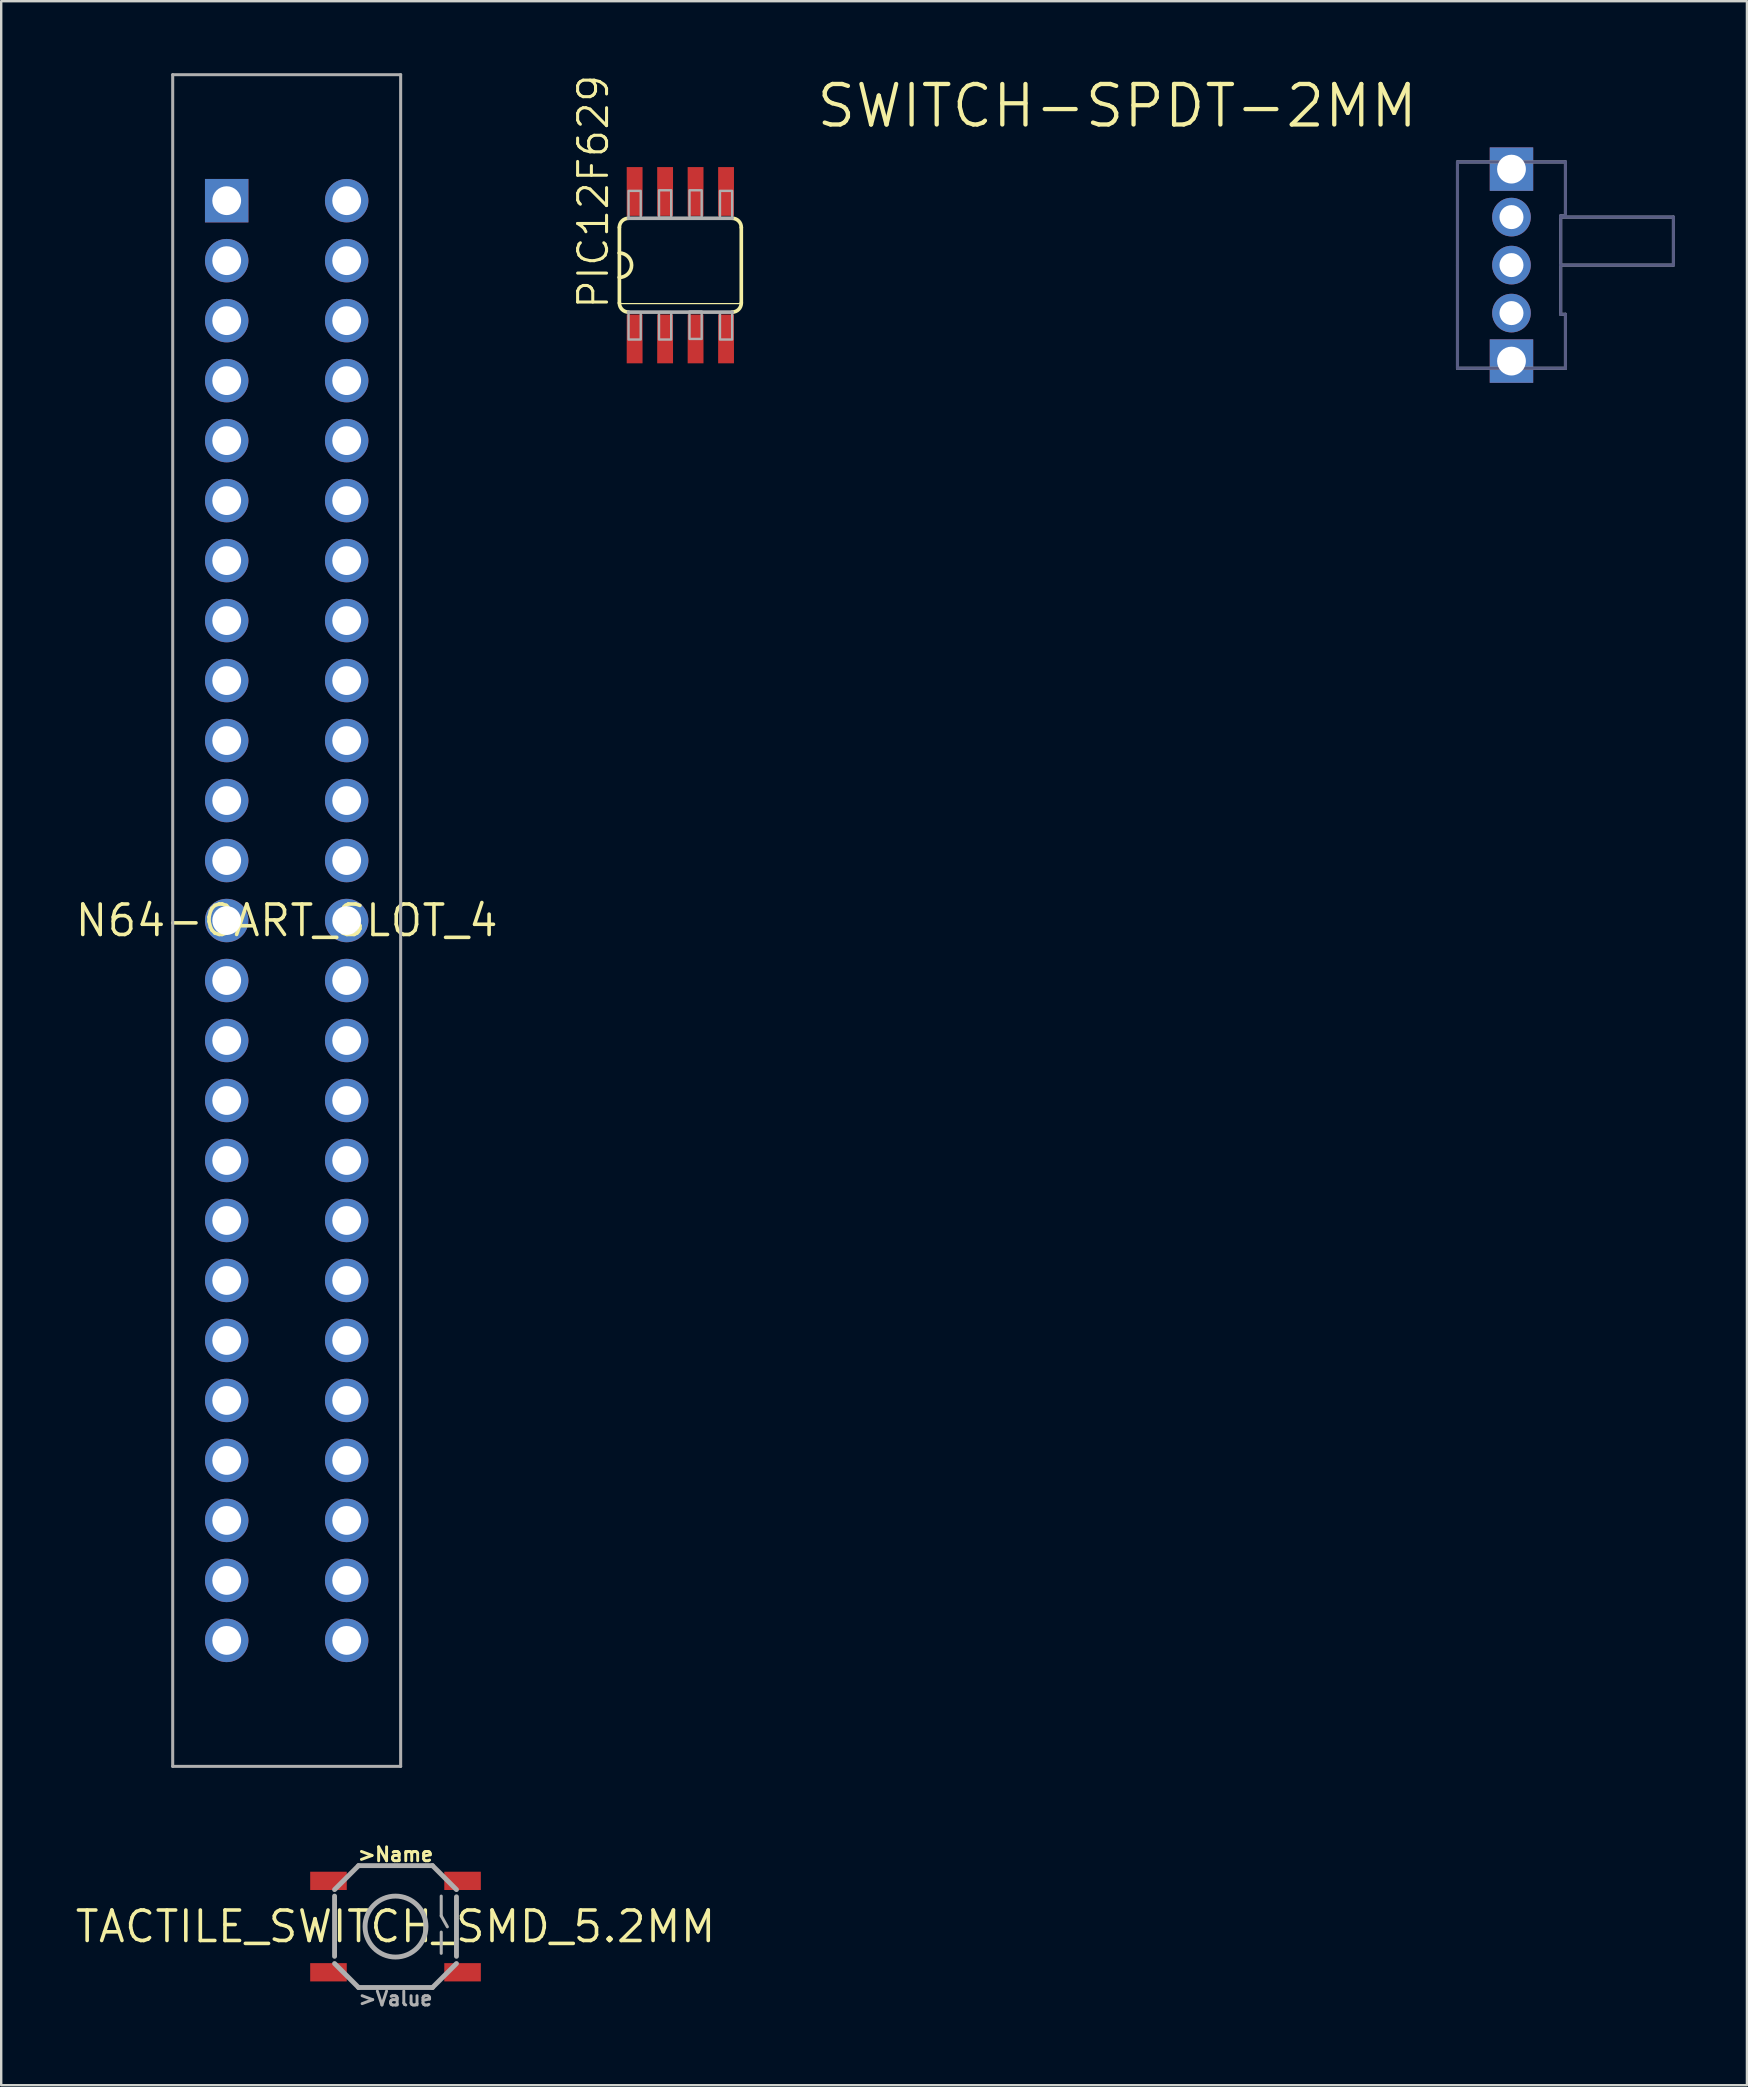
<source format=kicad_pcb>
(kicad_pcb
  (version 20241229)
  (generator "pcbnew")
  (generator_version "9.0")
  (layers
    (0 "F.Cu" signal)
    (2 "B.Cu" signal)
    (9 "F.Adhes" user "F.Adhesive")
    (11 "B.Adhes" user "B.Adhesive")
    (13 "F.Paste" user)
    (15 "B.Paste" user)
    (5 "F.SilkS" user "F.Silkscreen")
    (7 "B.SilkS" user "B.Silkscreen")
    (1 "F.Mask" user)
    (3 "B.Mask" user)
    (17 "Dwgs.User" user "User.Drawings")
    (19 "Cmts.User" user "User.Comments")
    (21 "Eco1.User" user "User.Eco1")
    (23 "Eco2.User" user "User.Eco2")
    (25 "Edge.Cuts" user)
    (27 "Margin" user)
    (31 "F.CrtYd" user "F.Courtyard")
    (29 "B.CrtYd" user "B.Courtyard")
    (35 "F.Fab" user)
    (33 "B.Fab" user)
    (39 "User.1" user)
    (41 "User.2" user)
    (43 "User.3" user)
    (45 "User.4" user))
  (footprint "N64-CART_SLOT_4"
    (layer "F.Cu")
    (at 8.897 35.313)
    (property "Reference" "N64-CART_SLOT_4" (at 0 0 0) (layer "F.SilkS") (effects (font (size 1.27 1.27) (thickness 0.15))))
    (attr through_hole)
    (fp_line (start -4.75 -35.25) (end -4.75 35.25) (stroke (width 0.127) (type solid)) (layer "F.Fab"))
    (fp_line (start -4.75 35.25) (end 4.75 35.25) (stroke (width 0.127) (type solid)) (layer "F.Fab"))
    (fp_line (start 4.75 -35.25) (end -4.75 -35.25) (stroke (width 0.127) (type solid)) (layer "F.Fab"))
    (fp_line (start 4.75 35.25) (end 4.75 -35.25) (stroke (width 0.127) (type solid)) (layer "F.Fab"))
    (pad "P1" thru_hole rect (at -2.5 -30) (size 1.81 1.81) (drill 1.2) (layers "*.Cu" "*.Mask"))
    (pad "P2" thru_hole circle (at -2.5 -27.5) (size 1.81 1.81) (drill 1.2) (layers "*.Cu" "*.Mask"))
    (pad "P3" thru_hole circle (at -2.5 -25) (size 1.81 1.81) (drill 1.2) (layers "*.Cu" "*.Mask"))
    (pad "P4" thru_hole circle (at -2.5 -22.5) (size 1.81 1.81) (drill 1.2) (layers "*.Cu" "*.Mask"))
    (pad "P5" thru_hole circle (at -2.5 -20) (size 1.81 1.81) (drill 1.2) (layers "*.Cu" "*.Mask"))
    (pad "P6" thru_hole circle (at -2.5 -17.5) (size 1.81 1.81) (drill 1.2) (layers "*.Cu" "*.Mask"))
    (pad "P7" thru_hole circle (at -2.5 -15) (size 1.81 1.81) (drill 1.2) (layers "*.Cu" "*.Mask"))
    (pad "P8" thru_hole circle (at -2.5 -12.5) (size 1.81 1.81) (drill 1.2) (layers "*.Cu" "*.Mask"))
    (pad "P9" thru_hole circle (at -2.5 -10) (size 1.81 1.81) (drill 1.2) (layers "*.Cu" "*.Mask"))
    (pad "P10" thru_hole circle (at -2.5 -7.5) (size 1.81 1.81) (drill 1.2) (layers "*.Cu" "*.Mask"))
    (pad "P11" thru_hole circle (at -2.5 -5) (size 1.81 1.81) (drill 1.2) (layers "*.Cu" "*.Mask"))
    (pad "P12" thru_hole circle (at -2.5 -2.5) (size 1.81 1.81) (drill 1.2) (layers "*.Cu" "*.Mask"))
    (pad "P13" thru_hole circle (at -2.5 0) (size 1.81 1.81) (drill 1.2) (layers "*.Cu" "*.Mask"))
    (pad "P14" thru_hole circle (at -2.5 2.5) (size 1.81 1.81) (drill 1.2) (layers "*.Cu" "*.Mask"))
    (pad "P15" thru_hole circle (at -2.5 5) (size 1.81 1.81) (drill 1.2) (layers "*.Cu" "*.Mask"))
    (pad "P16" thru_hole circle (at -2.5 7.5) (size 1.81 1.81) (drill 1.2) (layers "*.Cu" "*.Mask"))
    (pad "P17" thru_hole circle (at -2.5 10) (size 1.81 1.81) (drill 1.2) (layers "*.Cu" "*.Mask"))
    (pad "P18" thru_hole circle (at -2.5 12.5) (size 1.81 1.81) (drill 1.2) (layers "*.Cu" "*.Mask"))
    (pad "P19" thru_hole circle (at -2.5 15) (size 1.81 1.81) (drill 1.2) (layers "*.Cu" "*.Mask"))
    (pad "P20" thru_hole circle (at -2.5 17.5) (size 1.81 1.81) (drill 1.2) (layers "*.Cu" "*.Mask"))
    (pad "P21" thru_hole circle (at -2.5 20) (size 1.81 1.81) (drill 1.2) (layers "*.Cu" "*.Mask"))
    (pad "P22" thru_hole circle (at -2.5 22.5) (size 1.81 1.81) (drill 1.2) (layers "*.Cu" "*.Mask"))
    (pad "P23" thru_hole circle (at -2.5 25) (size 1.81 1.81) (drill 1.2) (layers "*.Cu" "*.Mask"))
    (pad "P24" thru_hole circle (at -2.5 27.5) (size 1.81 1.81) (drill 1.2) (layers "*.Cu" "*.Mask"))
    (pad "P25" thru_hole circle (at -2.5 30) (size 1.81 1.81) (drill 1.2) (layers "*.Cu" "*.Mask"))
    (pad "P26" thru_hole circle (at 2.5 -30) (size 1.81 1.81) (drill 1.2) (layers "*.Cu" "*.Mask"))
    (pad "P27" thru_hole circle (at 2.5 -27.5) (size 1.81 1.81) (drill 1.2) (layers "*.Cu" "*.Mask"))
    (pad "P28" thru_hole circle (at 2.5 -25) (size 1.81 1.81) (drill 1.2) (layers "*.Cu" "*.Mask"))
    (pad "P29" thru_hole circle (at 2.5 -22.5) (size 1.81 1.81) (drill 1.2) (layers "*.Cu" "*.Mask"))
    (pad "P30" thru_hole circle (at 2.5 -20) (size 1.81 1.81) (drill 1.2) (layers "*.Cu" "*.Mask"))
    (pad "P31" thru_hole circle (at 2.5 -17.5) (size 1.81 1.81) (drill 1.2) (layers "*.Cu" "*.Mask"))
    (pad "P32" thru_hole circle (at 2.5 -15) (size 1.81 1.81) (drill 1.2) (layers "*.Cu" "*.Mask"))
    (pad "P33" thru_hole circle (at 2.5 -12.5) (size 1.81 1.81) (drill 1.2) (layers "*.Cu" "*.Mask"))
    (pad "P34" thru_hole circle (at 2.5 -10) (size 1.81 1.81) (drill 1.2) (layers "*.Cu" "*.Mask"))
    (pad "P35" thru_hole circle (at 2.5 -7.5) (size 1.81 1.81) (drill 1.2) (layers "*.Cu" "*.Mask"))
    (pad "P36" thru_hole circle (at 2.5 -5) (size 1.81 1.81) (drill 1.2) (layers "*.Cu" "*.Mask"))
    (pad "P37" thru_hole circle (at 2.5 -2.5) (size 1.81 1.81) (drill 1.2) (layers "*.Cu" "*.Mask"))
    (pad "P38" thru_hole circle (at 2.5 0) (size 1.81 1.81) (drill 1.2) (layers "*.Cu" "*.Mask"))
    (pad "P39" thru_hole circle (at 2.5 2.5) (size 1.81 1.81) (drill 1.2) (layers "*.Cu" "*.Mask"))
    (pad "P40" thru_hole circle (at 2.5 5) (size 1.81 1.81) (drill 1.2) (layers "*.Cu" "*.Mask"))
    (pad "P41" thru_hole circle (at 2.5 7.5) (size 1.81 1.81) (drill 1.2) (layers "*.Cu" "*.Mask"))
    (pad "P42" thru_hole circle (at 2.5 10) (size 1.81 1.81) (drill 1.2) (layers "*.Cu" "*.Mask"))
    (pad "P43" thru_hole circle (at 2.5 12.5) (size 1.81 1.81) (drill 1.2) (layers "*.Cu" "*.Mask"))
    (pad "P44" thru_hole circle (at 2.5 15) (size 1.81 1.81) (drill 1.2) (layers "*.Cu" "*.Mask"))
    (pad "P45" thru_hole circle (at 2.5 17.5) (size 1.81 1.81) (drill 1.2) (layers "*.Cu" "*.Mask"))
    (pad "P46" thru_hole circle (at 2.5 20) (size 1.81 1.81) (drill 1.2) (layers "*.Cu" "*.Mask"))
    (pad "P47" thru_hole circle (at 2.5 22.5) (size 1.81 1.81) (drill 1.2) (layers "*.Cu" "*.Mask"))
    (pad "P48" thru_hole circle (at 2.5 25) (size 1.81 1.81) (drill 1.2) (layers "*.Cu" "*.Mask"))
    (pad "P49" thru_hole circle (at 2.5 27.5) (size 1.81 1.81) (drill 1.2) (layers "*.Cu" "*.Mask"))
    (pad "P50" thru_hole circle (at 2.5 30) (size 1.81 1.81) (drill 1.2) (layers "*.Cu" "*.Mask")))
  (footprint "SWITCH-SPDT-2MM"
    (layer "F.Cu")
    (at 59.94 7.998)
    (property "Reference" "SWITCH-SPDT-2MM" (at -3.81 -7.62 0) (layer "F.SilkS") (effects (font (size 1.689 1.689) (thickness 0.178)) (justify right top)))
    (attr through_hole)
    (fp_line (start -2.25 -4.3) (end 2.25 -4.3) (stroke (width 0.127) (type solid)) (layer "B.Fab"))
    (fp_line (start -2.25 0) (end -2.25 -4.3) (stroke (width 0.127) (type solid)) (layer "B.Fab"))
    (fp_line (start -2.25 4.3) (end -2.25 0) (stroke (width 0.127) (type solid)) (layer "B.Fab"))
    (fp_line (start 2.05 -2.05) (end 2.05 -2) (stroke (width 0.127) (type solid)) (layer "B.Fab"))
    (fp_line (start 2.05 -2) (end 2.05 0) (stroke (width 0.127) (type solid)) (layer "B.Fab"))
    (fp_line (start 2.05 -2) (end 6.75 -2) (stroke (width 0.127) (type solid)) (layer "B.Fab"))
    (fp_line (start 2.05 0) (end 2.05 2.05) (stroke (width 0.127) (type solid)) (layer "B.Fab"))
    (fp_line (start 2.05 2.05) (end 2.25 2.05) (stroke (width 0.127) (type solid)) (layer "B.Fab"))
    (fp_line (start 2.25 -4.3) (end 2.25 -2.25) (stroke (width 0.127) (type solid)) (layer "B.Fab"))
    (fp_line (start 2.25 -2.25) (end 2.25 -2.05) (stroke (width 0.127) (type solid)) (layer "B.Fab"))
    (fp_line (start 2.25 -2.05) (end 2.05 -2.05) (stroke (width 0.127) (type solid)) (layer "B.Fab"))
    (fp_line (start 2.25 2.05) (end 2.25 4.3) (stroke (width 0.127) (type solid)) (layer "B.Fab"))
    (fp_line (start 2.25 4.3) (end -2.25 4.3) (stroke (width 0.127) (type solid)) (layer "B.Fab"))
    (fp_line (start 6.75 -2) (end 6.75 0) (stroke (width 0.127) (type solid)) (layer "B.Fab"))
    (fp_line (start 6.75 0) (end 2.05 0) (stroke (width 0.127) (type solid)) (layer "B.Fab"))
    (fp_line (start -2.25 -4.3) (end 2.25 -4.3) (stroke (width 0.127) (type solid)) (layer "F.Fab"))
    (fp_line (start -2.25 0) (end -2.25 -4.3) (stroke (width 0.127) (type solid)) (layer "F.Fab"))
    (fp_line (start -2.25 4.3) (end -2.25 0) (stroke (width 0.127) (type solid)) (layer "F.Fab"))
    (fp_line (start 2.05 -2.05) (end 2.05 -2) (stroke (width 0.127) (type solid)) (layer "F.Fab"))
    (fp_line (start 2.05 -2) (end 2.05 0) (stroke (width 0.127) (type solid)) (layer "F.Fab"))
    (fp_line (start 2.05 -2) (end 6.75 -2) (stroke (width 0.127) (type solid)) (layer "F.Fab"))
    (fp_line (start 2.05 0) (end 2.05 2.05) (stroke (width 0.127) (type solid)) (layer "F.Fab"))
    (fp_line (start 2.05 2.05) (end 2.25 2.05) (stroke (width 0.127) (type solid)) (layer "F.Fab"))
    (fp_line (start 2.25 -4.3) (end 2.25 -2.25) (stroke (width 0.127) (type solid)) (layer "F.Fab"))
    (fp_line (start 2.25 -2.25) (end 2.25 -2.05) (stroke (width 0.127) (type solid)) (layer "F.Fab"))
    (fp_line (start 2.25 -2.05) (end 2.05 -2.05) (stroke (width 0.127) (type solid)) (layer "F.Fab"))
    (fp_line (start 2.25 2.05) (end 2.25 4.3) (stroke (width 0.127) (type solid)) (layer "F.Fab"))
    (fp_line (start 2.25 4.3) (end -2.25 4.3) (stroke (width 0.127) (type solid)) (layer "F.Fab"))
    (fp_line (start 6.75 -2) (end 6.75 0) (stroke (width 0.127) (type solid)) (layer "F.Fab"))
    (fp_line (start 6.75 0) (end 2.05 0) (stroke (width 0.127) (type solid)) (layer "F.Fab"))
    (pad "1" thru_hole circle (at 0 -2) (size 1.61 1.61) (drill 1) (layers "*.Cu" "*.Mask"))
    (pad "2" thru_hole circle (at 0 0) (size 1.61 1.61) (drill 1) (layers "*.Cu" "*.Mask"))
    (pad "3" thru_hole circle (at 0 2) (size 1.61 1.61) (drill 1) (layers "*.Cu" "*.Mask"))
    (pad "P$1" thru_hole rect (at 0 -4) (size 1.81 1.81) (drill 1.2) (layers "*.Cu" "*.Mask"))
    (pad "P$2" thru_hole rect (at 0 4) (size 1.81 1.81) (drill 1.2) (layers "*.Cu" "*.Mask")))
  (footprint "PIC12F629"
    (layer "F.Cu")
    (at 25.303 8.002)
    (property "Reference" "PIC12F629" (at -2.921 1.905 90) (layer "F.SilkS") (effects (font (size 1.206 1.206) (thickness 0.127)) (justify left bottom)))
    (attr through_hole)
    (fp_line (start -2.54 -1.575) (end -2.54 -0.508) (stroke (width 0.152) (type solid)) (layer "F.SilkS"))
    (fp_line (start -2.54 -0.508) (end -2.54 0.508) (stroke (width 0.152) (type solid)) (layer "F.SilkS"))
    (fp_line (start -2.54 0.508) (end -2.54 1.575) (stroke (width 0.152) (type solid)) (layer "F.SilkS"))
    (fp_line (start -2.54 1.6) (end 2.54 1.6) (stroke (width 0.051) (type solid)) (layer "F.SilkS"))
    (fp_line (start 2.54 1.575) (end 2.54 -1.575) (stroke (width 0.152) (type solid)) (layer "F.SilkS"))
    (fp_arc (start -2.54 -1.5748) (mid -2.428408 -1.844208) (end -2.159 -1.9558) (stroke (width 0.1524) (type solid)) (layer "F.SilkS"))
    (fp_arc (start -2.54 -0.508) (mid -2.032 0) (end -2.54 0.508) (stroke (width 0.1524) (type solid)) (layer "F.SilkS"))
    (fp_arc (start -2.159 1.9558) (mid -2.428408 1.844208) (end -2.54 1.5748) (stroke (width 0.1524) (type solid)) (layer "F.SilkS"))
    (fp_arc (start 2.159 -1.9558) (mid 2.428408 -1.844208) (end 2.54 -1.5748) (stroke (width 0.1524) (type solid)) (layer "F.SilkS"))
    (fp_arc (start 2.54 1.5748) (mid 2.428408 1.844208) (end 2.159 1.9558) (stroke (width 0.1524) (type solid)) (layer "F.SilkS"))
    (fp_line (start -2.159 1.956) (end 2.159 1.956) (stroke (width 0.152) (type solid)) (layer "F.Fab"))
    (fp_line (start 2.159 -1.956) (end -2.159 -1.956) (stroke (width 0.152) (type solid)) (layer "F.Fab"))
    (fp_poly (pts (xy -2.159 -1.956) (xy -1.651 -1.956) (xy -1.651 -3.099) (xy -2.159 -3.099)) (stroke (width 0.1) (type solid)) (fill no) (layer "F.Fab"))
    (fp_poly (pts (xy -2.159 3.099) (xy -1.651 3.099) (xy -1.651 1.956) (xy -2.159 1.956)) (stroke (width 0.1) (type solid)) (fill no) (layer "F.Fab"))
    (fp_poly (pts (xy -0.889 -1.981) (xy -0.381 -1.981) (xy -0.381 -3.124) (xy -0.889 -3.124)) (stroke (width 0.1) (type solid)) (fill no) (layer "F.Fab"))
    (fp_poly (pts (xy -0.889 3.099) (xy -0.381 3.099) (xy -0.381 1.956) (xy -0.889 1.956)) (stroke (width 0.1) (type solid)) (fill no) (layer "F.Fab"))
    (fp_poly (pts (xy 0.381 -1.981) (xy 0.889 -1.981) (xy 0.889 -3.124) (xy 0.381 -3.124)) (stroke (width 0.1) (type solid)) (fill no) (layer "F.Fab"))
    (fp_poly (pts (xy 0.381 3.073) (xy 0.889 3.073) (xy 0.889 1.93) (xy 0.381 1.93)) (stroke (width 0.1) (type solid)) (fill no) (layer "F.Fab"))
    (fp_poly (pts (xy 1.651 3.099) (xy 2.159 3.099) (xy 2.159 1.956) (xy 1.651 1.956)) (stroke (width 0.1) (type solid)) (fill no) (layer "F.Fab"))
    (fp_poly (pts (xy 2.159 -3.099) (xy 1.651 -3.099) (xy 1.651 -1.956) (xy 2.159 -1.956)) (stroke (width 0.1) (type solid)) (fill no) (layer "F.Fab"))
    (pad "1" smd rect (at -1.905 3.073) (size 0.66 2.032) (layers "F.Cu" "F.Mask" "F.Paste"))
    (pad "2" smd rect (at -0.635 3.073) (size 0.66 2.032) (layers "F.Cu" "F.Mask" "F.Paste"))
    (pad "3" smd rect (at 0.635 3.073) (size 0.66 2.032) (layers "F.Cu" "F.Mask" "F.Paste"))
    (pad "4" smd rect (at 1.905 3.073) (size 0.66 2.032) (layers "F.Cu" "F.Mask" "F.Paste"))
    (pad "5" smd rect (at 1.905 -3.073 180) (size 0.66 2.032) (layers "F.Cu" "F.Mask" "F.Paste"))
    (pad "6" smd rect (at 0.635 -3.073 180) (size 0.66 2.032) (layers "F.Cu" "F.Mask" "F.Paste"))
    (pad "7" smd rect (at -0.635 -3.073 180) (size 0.66 2.032) (layers "F.Cu" "F.Mask" "F.Paste"))
    (pad "8" smd rect (at -1.905 -3.073) (size 0.66 2.032) (layers "F.Cu" "F.Mask" "F.Paste")))
  (footprint "TACTILE_SWITCH_SMD_5.2MM"
    (layer "F.Cu")
    (at 13.433 77.239)
    (property "Reference" "TACTILE_SWITCH_SMD_5.2MM" (at 0 0 0) (layer "F.SilkS") (effects (font (size 1.27 1.27) (thickness 0.15))))
    (attr through_hole)
    (fp_line (start -2.54 -1.54) (end -1.54 -2.54) (stroke (width 0.203) (type solid)) (layer "F.Fab"))
    (fp_line (start -2.54 1.24) (end -2.54 -1.27) (stroke (width 0.203) (type solid)) (layer "F.Fab"))
    (fp_line (start -1.54 -2.54) (end 1.54 -2.54) (stroke (width 0.203) (type solid)) (layer "F.Fab"))
    (fp_line (start -1.54 2.54) (end -2.54 1.54) (stroke (width 0.203) (type solid)) (layer "F.Fab"))
    (fp_line (start 1.54 -2.54) (end 2.54 -1.54) (stroke (width 0.203) (type solid)) (layer "F.Fab"))
    (fp_line (start 1.54 2.54) (end -1.54 2.54) (stroke (width 0.203) (type solid)) (layer "F.Fab"))
    (fp_line (start 1.905 -1.27) (end 1.905 -0.445) (stroke (width 0.127) (type solid)) (layer "F.Fab"))
    (fp_line (start 1.905 -0.445) (end 2.16 0.01) (stroke (width 0.127) (type solid)) (layer "F.Fab"))
    (fp_line (start 1.905 0.23) (end 1.905 1.115) (stroke (width 0.127) (type solid)) (layer "F.Fab"))
    (fp_line (start 2.54 -1.24) (end 2.54 1.24) (stroke (width 0.203) (type solid)) (layer "F.Fab"))
    (fp_line (start 2.54 1.54) (end 1.54 2.54) (stroke (width 0.203) (type solid)) (layer "F.Fab"))
    (fp_circle (center 0 0) (end 1.27 0) (stroke (width 0.203) (type solid)) (fill no) (layer "F.Fab"))
    (fp_text user ">Name" (at 0 -2.667 0) (layer "F.SilkS") (effects (font (size 0.579 0.579) (thickness 0.122)) (justify bottom)))
    (fp_text user ">Value" (at 0 2.667 0) (layer "F.Fab") (effects (font (size 0.579 0.579) (thickness 0.122)) (justify top)))
    (pad "1" smd rect (at -2.794 -1.905 90) (size 0.762 1.524) (layers "F.Cu" "F.Mask" "F.Paste"))
    (pad "2" smd rect (at 2.794 -1.905 90) (size 0.762 1.524) (layers "F.Cu" "F.Mask" "F.Paste"))
    (pad "3" smd rect (at -2.794 1.905 90) (size 0.762 1.524) (layers "F.Cu" "F.Mask" "F.Paste"))
    (pad "4" smd rect (at 2.794 1.905 90) (size 0.762 1.524) (layers "F.Cu" "F.Mask" "F.Paste")))
  (gr_rect
    (start -3 -3)
    (end 69.753 83.851)
    (stroke (width 0.1) (type default))
    (fill no)
    (layer "Edge.Cuts")))
</source>
